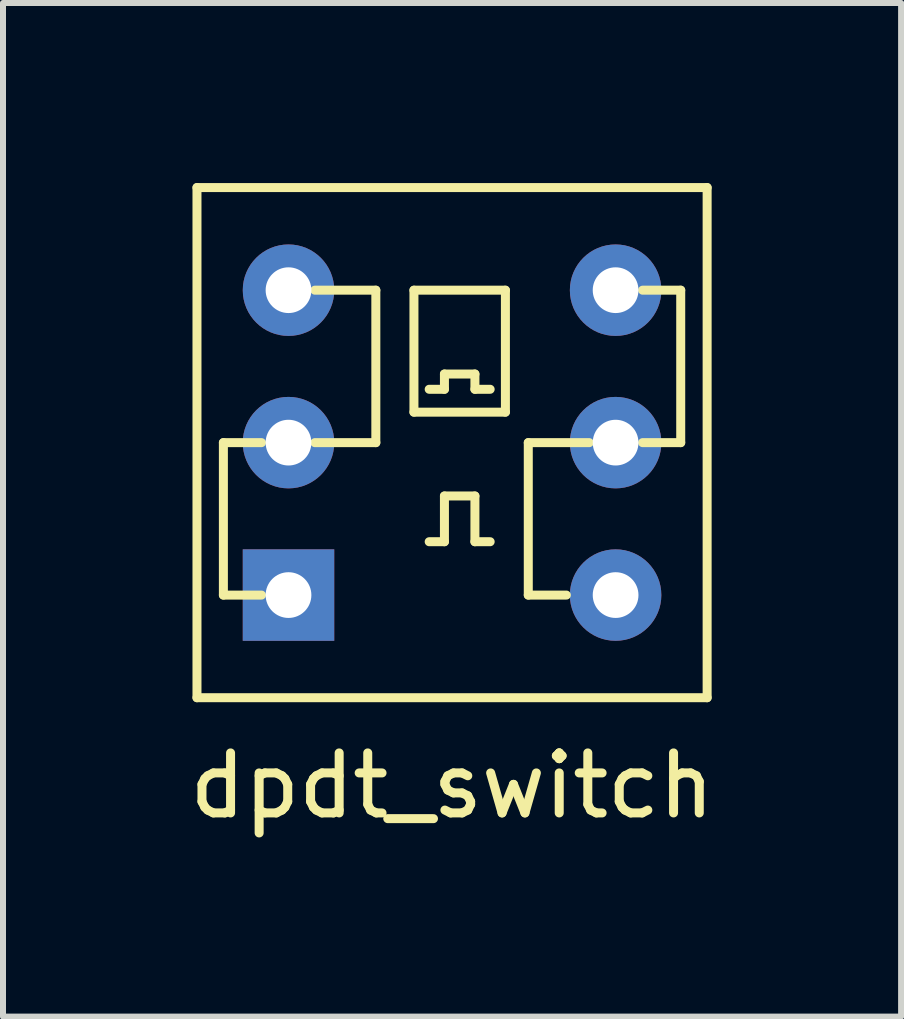
<source format=kicad_pcb>
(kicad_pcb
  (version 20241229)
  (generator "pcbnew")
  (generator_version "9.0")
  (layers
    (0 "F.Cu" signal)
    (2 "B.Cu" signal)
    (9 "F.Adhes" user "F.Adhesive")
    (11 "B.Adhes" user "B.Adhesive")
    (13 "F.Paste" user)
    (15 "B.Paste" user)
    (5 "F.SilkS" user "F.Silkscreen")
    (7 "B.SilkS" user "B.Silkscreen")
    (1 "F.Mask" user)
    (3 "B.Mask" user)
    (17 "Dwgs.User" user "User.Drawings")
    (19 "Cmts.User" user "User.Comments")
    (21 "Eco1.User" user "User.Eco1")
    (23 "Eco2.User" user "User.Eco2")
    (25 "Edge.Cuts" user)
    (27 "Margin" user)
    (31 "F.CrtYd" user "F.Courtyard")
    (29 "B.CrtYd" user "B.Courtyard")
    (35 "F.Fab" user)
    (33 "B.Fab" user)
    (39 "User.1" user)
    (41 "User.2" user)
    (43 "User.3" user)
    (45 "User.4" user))
  (footprint "dpdt_switch"
    (layer "F.Cu")
    (at 4.482 4.325)
    (property "Reference" "dpdt_switch" (at 0 5.715 0) (layer "F.SilkS") (effects (font (size 1 1) (thickness 0.15))))
    (attr through_hole)
    (fp_line (start -4.25 -4.25) (end -4.25 4.25) (stroke (width 0.15) (type solid)) (layer "F.SilkS"))
    (fp_line (start -4.25 -4.25) (end 4.25 -4.25) (stroke (width 0.15) (type solid)) (layer "F.SilkS"))
    (fp_line (start -4.25 4.25) (end 4.25 4.25) (stroke (width 0.15) (type solid)) (layer "F.SilkS"))
    (fp_line (start -3.81 0) (end -3.81 2.54) (stroke (width 0.15) (type solid)) (layer "F.SilkS"))
    (fp_line (start -3.81 2.54) (end -3.175 2.54) (stroke (width 0.15) (type solid)) (layer "F.SilkS"))
    (fp_line (start -3.175 0) (end -3.81 0) (stroke (width 0.15) (type solid)) (layer "F.SilkS"))
    (fp_line (start -2.286 0) (end -1.27 0) (stroke (width 0.15) (type solid)) (layer "F.SilkS"))
    (fp_line (start -1.27 -2.54) (end -2.286 -2.54) (stroke (width 0.15) (type solid)) (layer "F.SilkS"))
    (fp_line (start -1.27 0) (end -1.27 -2.54) (stroke (width 0.15) (type solid)) (layer "F.SilkS"))
    (fp_line (start -0.635 -0.508) (end -0.635 -2.54) (stroke (width 0.15) (type solid)) (layer "F.SilkS"))
    (fp_line (start -0.635 -0.508) (end 0.889 -0.508) (stroke (width 0.15) (type solid)) (layer "F.SilkS"))
    (fp_line (start -0.381 -0.889) (end -0.127 -0.889) (stroke (width 0.15) (type solid)) (layer "F.SilkS"))
    (fp_line (start -0.381 1.651) (end -0.127 1.651) (stroke (width 0.15) (type solid)) (layer "F.SilkS"))
    (fp_line (start -0.127 -1.143) (end 0.381 -1.143) (stroke (width 0.15) (type solid)) (layer "F.SilkS"))
    (fp_line (start -0.127 -0.889) (end -0.127 -1.143) (stroke (width 0.15) (type solid)) (layer "F.SilkS"))
    (fp_line (start -0.127 0.889) (end 0.381 0.889) (stroke (width 0.15) (type solid)) (layer "F.SilkS"))
    (fp_line (start -0.127 1.651) (end -0.127 0.889) (stroke (width 0.15) (type solid)) (layer "F.SilkS"))
    (fp_line (start 0.381 -1.143) (end 0.381 -0.889) (stroke (width 0.15) (type solid)) (layer "F.SilkS"))
    (fp_line (start 0.381 -0.889) (end 0.635 -0.889) (stroke (width 0.15) (type solid)) (layer "F.SilkS"))
    (fp_line (start 0.381 0.889) (end 0.381 1.651) (stroke (width 0.15) (type solid)) (layer "F.SilkS"))
    (fp_line (start 0.381 1.651) (end 0.635 1.651) (stroke (width 0.15) (type solid)) (layer "F.SilkS"))
    (fp_line (start 0.889 -2.54) (end -0.635 -2.54) (stroke (width 0.15) (type solid)) (layer "F.SilkS"))
    (fp_line (start 0.889 -2.54) (end 0.889 -0.508) (stroke (width 0.15) (type solid)) (layer "F.SilkS"))
    (fp_line (start 1.27 0) (end 1.27 2.54) (stroke (width 0.15) (type solid)) (layer "F.SilkS"))
    (fp_line (start 1.27 2.54) (end 1.905 2.54) (stroke (width 0.15) (type solid)) (layer "F.SilkS"))
    (fp_line (start 2.286 0) (end 1.27 0) (stroke (width 0.15) (type solid)) (layer "F.SilkS"))
    (fp_line (start 3.175 -2.54) (end 3.81 -2.54) (stroke (width 0.15) (type solid)) (layer "F.SilkS"))
    (fp_line (start 3.81 -2.54) (end 3.81 0) (stroke (width 0.15) (type solid)) (layer "F.SilkS"))
    (fp_line (start 3.81 0) (end 3.175 0) (stroke (width 0.15) (type solid)) (layer "F.SilkS"))
    (fp_line (start 4.25 -4.25) (end 4.25 4.25) (stroke (width 0.15) (type solid)) (layer "F.SilkS"))
    (pad "1" thru_hole rect (at -2.725 2.54) (size 1.524 1.524) (drill 0.762) (layers "*.Cu" "*.Mask"))
    (pad "2" thru_hole circle (at -2.725 0) (size 1.524 1.524) (drill 0.762) (layers "*.Cu" "*.Mask"))
    (pad "3" thru_hole circle (at -2.725 -2.54) (size 1.524 1.524) (drill 0.762) (layers "*.Cu" "*.Mask"))
    (pad "4" thru_hole circle (at 2.725 2.54) (size 1.524 1.524) (drill 0.762) (layers "*.Cu" "*.Mask"))
    (pad "5" thru_hole circle (at 2.725 0) (size 1.524 1.524) (drill 0.762) (layers "*.Cu" "*.Mask"))
    (pad "6" thru_hole circle (at 2.725 -2.54) (size 1.524 1.524) (drill 0.762) (layers "*.Cu" "*.Mask")))
  (gr_rect
    (start -3 -3)
    (end 11.964 13.888)
    (stroke (width 0.1) (type default))
    (fill no)
    (layer "Edge.Cuts")))
</source>
